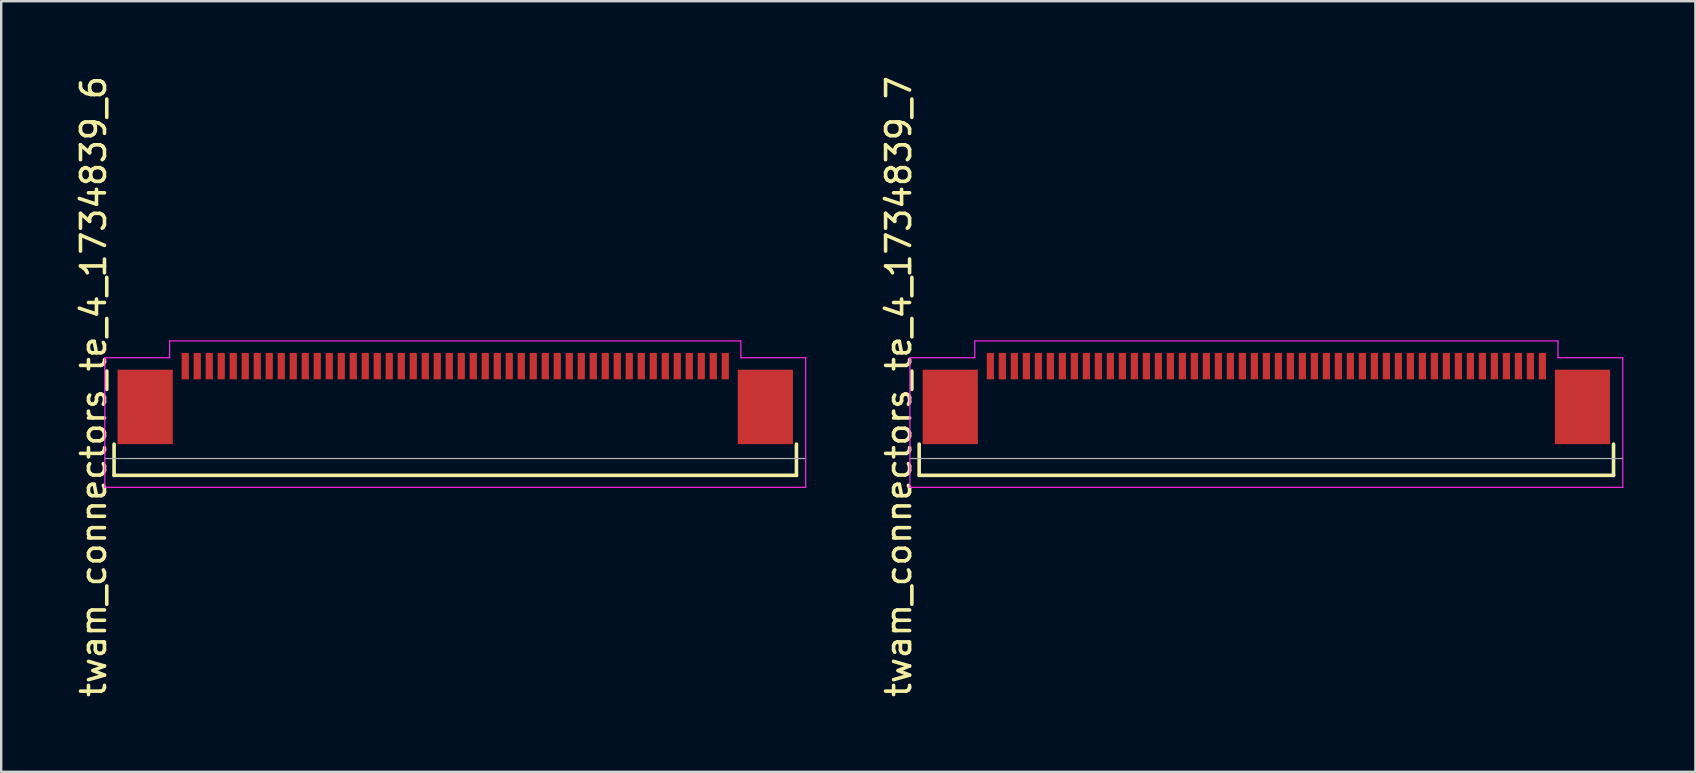
<source format=kicad_pcb>
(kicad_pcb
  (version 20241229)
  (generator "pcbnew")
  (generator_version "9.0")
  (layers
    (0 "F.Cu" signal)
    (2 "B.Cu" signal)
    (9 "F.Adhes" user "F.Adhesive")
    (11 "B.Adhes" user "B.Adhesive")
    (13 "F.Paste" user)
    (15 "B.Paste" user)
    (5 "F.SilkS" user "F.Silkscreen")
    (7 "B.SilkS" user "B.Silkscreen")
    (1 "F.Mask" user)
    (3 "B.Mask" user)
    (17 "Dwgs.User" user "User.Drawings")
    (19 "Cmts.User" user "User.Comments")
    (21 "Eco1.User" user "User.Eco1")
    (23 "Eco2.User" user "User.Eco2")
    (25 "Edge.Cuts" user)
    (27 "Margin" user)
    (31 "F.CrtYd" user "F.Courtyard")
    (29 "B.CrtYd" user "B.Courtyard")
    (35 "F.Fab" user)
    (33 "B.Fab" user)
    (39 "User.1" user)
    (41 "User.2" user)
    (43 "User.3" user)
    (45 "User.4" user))
  (footprint "twam_connectors_te_4_1734839_6"
    (layer "F.Cu")
    (at 15.918 13.054)
    (property "Reference" "twam_connectors_te_4_1734839_6" (at -15.07 0 270) (layer "F.SilkS") (effects (font (size 1 1) (thickness 0.15))))
    (attr smd)
    (fp_line (start -14.215 2.4) (end -14.215 3.7) (stroke (width 0.15) (type solid)) (layer "F.SilkS"))
    (fp_line (start -14.215 3.7) (end 14.215 3.7) (stroke (width 0.15) (type solid)) (layer "F.SilkS"))
    (fp_line (start 14.215 2.4) (end 14.215 3.7) (stroke (width 0.15) (type solid)) (layer "F.SilkS"))
    (fp_line (start -14.6 -1.2) (end -14.6 4.2) (stroke (width 0.05) (type solid)) (layer "F.CrtYd"))
    (fp_line (start -14.6 -1.2) (end -11.9 -1.2) (stroke (width 0.05) (type solid)) (layer "F.CrtYd"))
    (fp_line (start -14.6 4.2) (end 14.6 4.2) (stroke (width 0.05) (type solid)) (layer "F.CrtYd"))
    (fp_line (start -11.9 -1.9) (end -11.9 -1.2) (stroke (width 0.05) (type solid)) (layer "F.CrtYd"))
    (fp_line (start -11.9 -1.9) (end 11.9 -1.9) (stroke (width 0.05) (type solid)) (layer "F.CrtYd"))
    (fp_line (start 11.9 -1.9) (end 11.9 -1.2) (stroke (width 0.05) (type solid)) (layer "F.CrtYd"))
    (fp_line (start 11.9 -1.2) (end 14.6 -1.2) (stroke (width 0.05) (type solid)) (layer "F.CrtYd"))
    (fp_line (start 14.6 -1.2) (end 14.6 4.2) (stroke (width 0.05) (type solid)) (layer "F.CrtYd"))
    (fp_line (start -14.6 3) (end 14.6 3) (stroke (width 0.05) (type solid)) (layer "F.Fab"))
    (pad "1" smd rect (at 11.25 -0.85) (size 0.3 1.1) (layers "F.Cu" "F.Mask" "F.Paste"))
    (pad "2" smd rect (at 10.75 -0.85) (size 0.3 1.1) (layers "F.Cu" "F.Mask" "F.Paste"))
    (pad "3" smd rect (at 10.25 -0.85) (size 0.3 1.1) (layers "F.Cu" "F.Mask" "F.Paste"))
    (pad "4" smd rect (at 9.75 -0.85) (size 0.3 1.1) (layers "F.Cu" "F.Mask" "F.Paste"))
    (pad "5" smd rect (at 9.25 -0.85) (size 0.3 1.1) (layers "F.Cu" "F.Mask" "F.Paste"))
    (pad "6" smd rect (at 8.75 -0.85) (size 0.3 1.1) (layers "F.Cu" "F.Mask" "F.Paste"))
    (pad "7" smd rect (at 8.25 -0.85) (size 0.3 1.1) (layers "F.Cu" "F.Mask" "F.Paste"))
    (pad "8" smd rect (at 7.75 -0.85) (size 0.3 1.1) (layers "F.Cu" "F.Mask" "F.Paste"))
    (pad "9" smd rect (at 7.25 -0.85) (size 0.3 1.1) (layers "F.Cu" "F.Mask" "F.Paste"))
    (pad "10" smd rect (at 6.75 -0.85) (size 0.3 1.1) (layers "F.Cu" "F.Mask" "F.Paste"))
    (pad "11" smd rect (at 6.25 -0.85) (size 0.3 1.1) (layers "F.Cu" "F.Mask" "F.Paste"))
    (pad "12" smd rect (at 5.75 -0.85) (size 0.3 1.1) (layers "F.Cu" "F.Mask" "F.Paste"))
    (pad "13" smd rect (at 5.25 -0.85) (size 0.3 1.1) (layers "F.Cu" "F.Mask" "F.Paste"))
    (pad "14" smd rect (at 4.75 -0.85) (size 0.3 1.1) (layers "F.Cu" "F.Mask" "F.Paste"))
    (pad "15" smd rect (at 4.25 -0.85) (size 0.3 1.1) (layers "F.Cu" "F.Mask" "F.Paste"))
    (pad "16" smd rect (at 3.75 -0.85) (size 0.3 1.1) (layers "F.Cu" "F.Mask" "F.Paste"))
    (pad "17" smd rect (at 3.25 -0.85) (size 0.3 1.1) (layers "F.Cu" "F.Mask" "F.Paste"))
    (pad "18" smd rect (at 2.75 -0.85) (size 0.3 1.1) (layers "F.Cu" "F.Mask" "F.Paste"))
    (pad "19" smd rect (at 2.25 -0.85) (size 0.3 1.1) (layers "F.Cu" "F.Mask" "F.Paste"))
    (pad "20" smd rect (at 1.75 -0.85) (size 0.3 1.1) (layers "F.Cu" "F.Mask" "F.Paste"))
    (pad "21" smd rect (at 1.25 -0.85) (size 0.3 1.1) (layers "F.Cu" "F.Mask" "F.Paste"))
    (pad "22" smd rect (at 0.75 -0.85) (size 0.3 1.1) (layers "F.Cu" "F.Mask" "F.Paste"))
    (pad "23" smd rect (at 0.25 -0.85) (size 0.3 1.1) (layers "F.Cu" "F.Mask" "F.Paste"))
    (pad "24" smd rect (at -0.25 -0.85) (size 0.3 1.1) (layers "F.Cu" "F.Mask" "F.Paste"))
    (pad "25" smd rect (at -0.75 -0.85) (size 0.3 1.1) (layers "F.Cu" "F.Mask" "F.Paste"))
    (pad "26" smd rect (at -1.25 -0.85) (size 0.3 1.1) (layers "F.Cu" "F.Mask" "F.Paste"))
    (pad "27" smd rect (at -1.75 -0.85) (size 0.3 1.1) (layers "F.Cu" "F.Mask" "F.Paste"))
    (pad "28" smd rect (at -2.25 -0.85) (size 0.3 1.1) (layers "F.Cu" "F.Mask" "F.Paste"))
    (pad "29" smd rect (at -2.75 -0.85) (size 0.3 1.1) (layers "F.Cu" "F.Mask" "F.Paste"))
    (pad "30" smd rect (at -3.25 -0.85) (size 0.3 1.1) (layers "F.Cu" "F.Mask" "F.Paste"))
    (pad "31" smd rect (at -3.75 -0.85) (size 0.3 1.1) (layers "F.Cu" "F.Mask" "F.Paste"))
    (pad "32" smd rect (at -4.25 -0.85) (size 0.3 1.1) (layers "F.Cu" "F.Mask" "F.Paste"))
    (pad "33" smd rect (at -4.75 -0.85) (size 0.3 1.1) (layers "F.Cu" "F.Mask" "F.Paste"))
    (pad "34" smd rect (at -5.25 -0.85) (size 0.3 1.1) (layers "F.Cu" "F.Mask" "F.Paste"))
    (pad "35" smd rect (at -5.75 -0.85) (size 0.3 1.1) (layers "F.Cu" "F.Mask" "F.Paste"))
    (pad "36" smd rect (at -6.25 -0.85) (size 0.3 1.1) (layers "F.Cu" "F.Mask" "F.Paste"))
    (pad "37" smd rect (at -6.75 -0.85) (size 0.3 1.1) (layers "F.Cu" "F.Mask" "F.Paste"))
    (pad "38" smd rect (at -7.25 -0.85) (size 0.3 1.1) (layers "F.Cu" "F.Mask" "F.Paste"))
    (pad "39" smd rect (at -7.75 -0.85) (size 0.3 1.1) (layers "F.Cu" "F.Mask" "F.Paste"))
    (pad "40" smd rect (at -8.25 -0.85) (size 0.3 1.1) (layers "F.Cu" "F.Mask" "F.Paste"))
    (pad "41" smd rect (at -8.75 -0.85) (size 0.3 1.1) (layers "F.Cu" "F.Mask" "F.Paste"))
    (pad "42" smd rect (at -9.25 -0.85) (size 0.3 1.1) (layers "F.Cu" "F.Mask" "F.Paste"))
    (pad "43" smd rect (at -9.75 -0.85) (size 0.3 1.1) (layers "F.Cu" "F.Mask" "F.Paste"))
    (pad "44" smd rect (at -10.25 -0.85) (size 0.3 1.1) (layers "F.Cu" "F.Mask" "F.Paste"))
    (pad "45" smd rect (at -10.75 -0.85) (size 0.3 1.1) (layers "F.Cu" "F.Mask" "F.Paste"))
    (pad "46" smd rect (at -11.25 -0.85) (size 0.3 1.1) (layers "F.Cu" "F.Mask" "F.Paste"))
    (pad "F1" smd rect (at -12.92 0.85) (size 2.3 3.1) (layers "F.Cu" "F.Mask" "F.Paste"))
    (pad "F2" smd rect (at 12.92 0.85) (size 2.3 3.1) (layers "F.Cu" "F.Mask" "F.Paste")))
  (footprint "twam_connectors_te_4_1734839_7"
    (layer "F.Cu")
    (at 49.712 13.054)
    (property "Reference" "twam_connectors_te_4_1734839_7" (at -15.32 0 270) (layer "F.SilkS") (effects (font (size 1 1) (thickness 0.15))))
    (attr smd)
    (fp_line (start -14.465 2.4) (end -14.465 3.7) (stroke (width 0.15) (type solid)) (layer "F.SilkS"))
    (fp_line (start -14.465 3.7) (end 14.465 3.7) (stroke (width 0.15) (type solid)) (layer "F.SilkS"))
    (fp_line (start 14.465 2.4) (end 14.465 3.7) (stroke (width 0.15) (type solid)) (layer "F.SilkS"))
    (fp_line (start -14.85 -1.2) (end -14.85 4.2) (stroke (width 0.05) (type solid)) (layer "F.CrtYd"))
    (fp_line (start -14.85 -1.2) (end -12.15 -1.2) (stroke (width 0.05) (type solid)) (layer "F.CrtYd"))
    (fp_line (start -14.85 4.2) (end 14.85 4.2) (stroke (width 0.05) (type solid)) (layer "F.CrtYd"))
    (fp_line (start -12.15 -1.9) (end -12.15 -1.2) (stroke (width 0.05) (type solid)) (layer "F.CrtYd"))
    (fp_line (start -12.15 -1.9) (end 12.15 -1.9) (stroke (width 0.05) (type solid)) (layer "F.CrtYd"))
    (fp_line (start 12.15 -1.9) (end 12.15 -1.2) (stroke (width 0.05) (type solid)) (layer "F.CrtYd"))
    (fp_line (start 12.15 -1.2) (end 14.85 -1.2) (stroke (width 0.05) (type solid)) (layer "F.CrtYd"))
    (fp_line (start 14.85 -1.2) (end 14.85 4.2) (stroke (width 0.05) (type solid)) (layer "F.CrtYd"))
    (fp_line (start -14.85 3) (end 14.85 3) (stroke (width 0.05) (type solid)) (layer "F.Fab"))
    (pad "1" smd rect (at 11.5 -0.85) (size 0.3 1.1) (layers "F.Cu" "F.Mask" "F.Paste"))
    (pad "2" smd rect (at 11 -0.85) (size 0.3 1.1) (layers "F.Cu" "F.Mask" "F.Paste"))
    (pad "3" smd rect (at 10.5 -0.85) (size 0.3 1.1) (layers "F.Cu" "F.Mask" "F.Paste"))
    (pad "4" smd rect (at 10 -0.85) (size 0.3 1.1) (layers "F.Cu" "F.Mask" "F.Paste"))
    (pad "5" smd rect (at 9.5 -0.85) (size 0.3 1.1) (layers "F.Cu" "F.Mask" "F.Paste"))
    (pad "6" smd rect (at 9 -0.85) (size 0.3 1.1) (layers "F.Cu" "F.Mask" "F.Paste"))
    (pad "7" smd rect (at 8.5 -0.85) (size 0.3 1.1) (layers "F.Cu" "F.Mask" "F.Paste"))
    (pad "8" smd rect (at 8 -0.85) (size 0.3 1.1) (layers "F.Cu" "F.Mask" "F.Paste"))
    (pad "9" smd rect (at 7.5 -0.85) (size 0.3 1.1) (layers "F.Cu" "F.Mask" "F.Paste"))
    (pad "10" smd rect (at 7 -0.85) (size 0.3 1.1) (layers "F.Cu" "F.Mask" "F.Paste"))
    (pad "11" smd rect (at 6.5 -0.85) (size 0.3 1.1) (layers "F.Cu" "F.Mask" "F.Paste"))
    (pad "12" smd rect (at 6 -0.85) (size 0.3 1.1) (layers "F.Cu" "F.Mask" "F.Paste"))
    (pad "13" smd rect (at 5.5 -0.85) (size 0.3 1.1) (layers "F.Cu" "F.Mask" "F.Paste"))
    (pad "14" smd rect (at 5 -0.85) (size 0.3 1.1) (layers "F.Cu" "F.Mask" "F.Paste"))
    (pad "15" smd rect (at 4.5 -0.85) (size 0.3 1.1) (layers "F.Cu" "F.Mask" "F.Paste"))
    (pad "16" smd rect (at 4 -0.85) (size 0.3 1.1) (layers "F.Cu" "F.Mask" "F.Paste"))
    (pad "17" smd rect (at 3.5 -0.85) (size 0.3 1.1) (layers "F.Cu" "F.Mask" "F.Paste"))
    (pad "18" smd rect (at 3 -0.85) (size 0.3 1.1) (layers "F.Cu" "F.Mask" "F.Paste"))
    (pad "19" smd rect (at 2.5 -0.85) (size 0.3 1.1) (layers "F.Cu" "F.Mask" "F.Paste"))
    (pad "20" smd rect (at 2 -0.85) (size 0.3 1.1) (layers "F.Cu" "F.Mask" "F.Paste"))
    (pad "21" smd rect (at 1.5 -0.85) (size 0.3 1.1) (layers "F.Cu" "F.Mask" "F.Paste"))
    (pad "22" smd rect (at 1 -0.85) (size 0.3 1.1) (layers "F.Cu" "F.Mask" "F.Paste"))
    (pad "23" smd rect (at 0.5 -0.85) (size 0.3 1.1) (layers "F.Cu" "F.Mask" "F.Paste"))
    (pad "24" smd rect (at 0 -0.85) (size 0.3 1.1) (layers "F.Cu" "F.Mask" "F.Paste"))
    (pad "25" smd rect (at -0.5 -0.85) (size 0.3 1.1) (layers "F.Cu" "F.Mask" "F.Paste"))
    (pad "26" smd rect (at -1 -0.85) (size 0.3 1.1) (layers "F.Cu" "F.Mask" "F.Paste"))
    (pad "27" smd rect (at -1.5 -0.85) (size 0.3 1.1) (layers "F.Cu" "F.Mask" "F.Paste"))
    (pad "28" smd rect (at -2 -0.85) (size 0.3 1.1) (layers "F.Cu" "F.Mask" "F.Paste"))
    (pad "29" smd rect (at -2.5 -0.85) (size 0.3 1.1) (layers "F.Cu" "F.Mask" "F.Paste"))
    (pad "30" smd rect (at -3 -0.85) (size 0.3 1.1) (layers "F.Cu" "F.Mask" "F.Paste"))
    (pad "31" smd rect (at -3.5 -0.85) (size 0.3 1.1) (layers "F.Cu" "F.Mask" "F.Paste"))
    (pad "32" smd rect (at -4 -0.85) (size 0.3 1.1) (layers "F.Cu" "F.Mask" "F.Paste"))
    (pad "33" smd rect (at -4.5 -0.85) (size 0.3 1.1) (layers "F.Cu" "F.Mask" "F.Paste"))
    (pad "34" smd rect (at -5 -0.85) (size 0.3 1.1) (layers "F.Cu" "F.Mask" "F.Paste"))
    (pad "35" smd rect (at -5.5 -0.85) (size 0.3 1.1) (layers "F.Cu" "F.Mask" "F.Paste"))
    (pad "36" smd rect (at -6 -0.85) (size 0.3 1.1) (layers "F.Cu" "F.Mask" "F.Paste"))
    (pad "37" smd rect (at -6.5 -0.85) (size 0.3 1.1) (layers "F.Cu" "F.Mask" "F.Paste"))
    (pad "38" smd rect (at -7 -0.85) (size 0.3 1.1) (layers "F.Cu" "F.Mask" "F.Paste"))
    (pad "39" smd rect (at -7.5 -0.85) (size 0.3 1.1) (layers "F.Cu" "F.Mask" "F.Paste"))
    (pad "40" smd rect (at -8 -0.85) (size 0.3 1.1) (layers "F.Cu" "F.Mask" "F.Paste"))
    (pad "41" smd rect (at -8.5 -0.85) (size 0.3 1.1) (layers "F.Cu" "F.Mask" "F.Paste"))
    (pad "42" smd rect (at -9 -0.85) (size 0.3 1.1) (layers "F.Cu" "F.Mask" "F.Paste"))
    (pad "43" smd rect (at -9.5 -0.85) (size 0.3 1.1) (layers "F.Cu" "F.Mask" "F.Paste"))
    (pad "44" smd rect (at -10 -0.85) (size 0.3 1.1) (layers "F.Cu" "F.Mask" "F.Paste"))
    (pad "45" smd rect (at -10.5 -0.85) (size 0.3 1.1) (layers "F.Cu" "F.Mask" "F.Paste"))
    (pad "46" smd rect (at -11 -0.85) (size 0.3 1.1) (layers "F.Cu" "F.Mask" "F.Paste"))
    (pad "47" smd rect (at -11.5 -0.85) (size 0.3 1.1) (layers "F.Cu" "F.Mask" "F.Paste"))
    (pad "F1" smd rect (at -13.17 0.85) (size 2.3 3.1) (layers "F.Cu" "F.Mask" "F.Paste"))
    (pad "F2" smd rect (at 13.17 0.85) (size 2.3 3.1) (layers "F.Cu" "F.Mask" "F.Paste")))
  (gr_rect
    (start -3 -3)
    (end 67.587 29.107)
    (stroke (width 0.1) (type default))
    (fill no)
    (layer "Edge.Cuts")))
</source>
